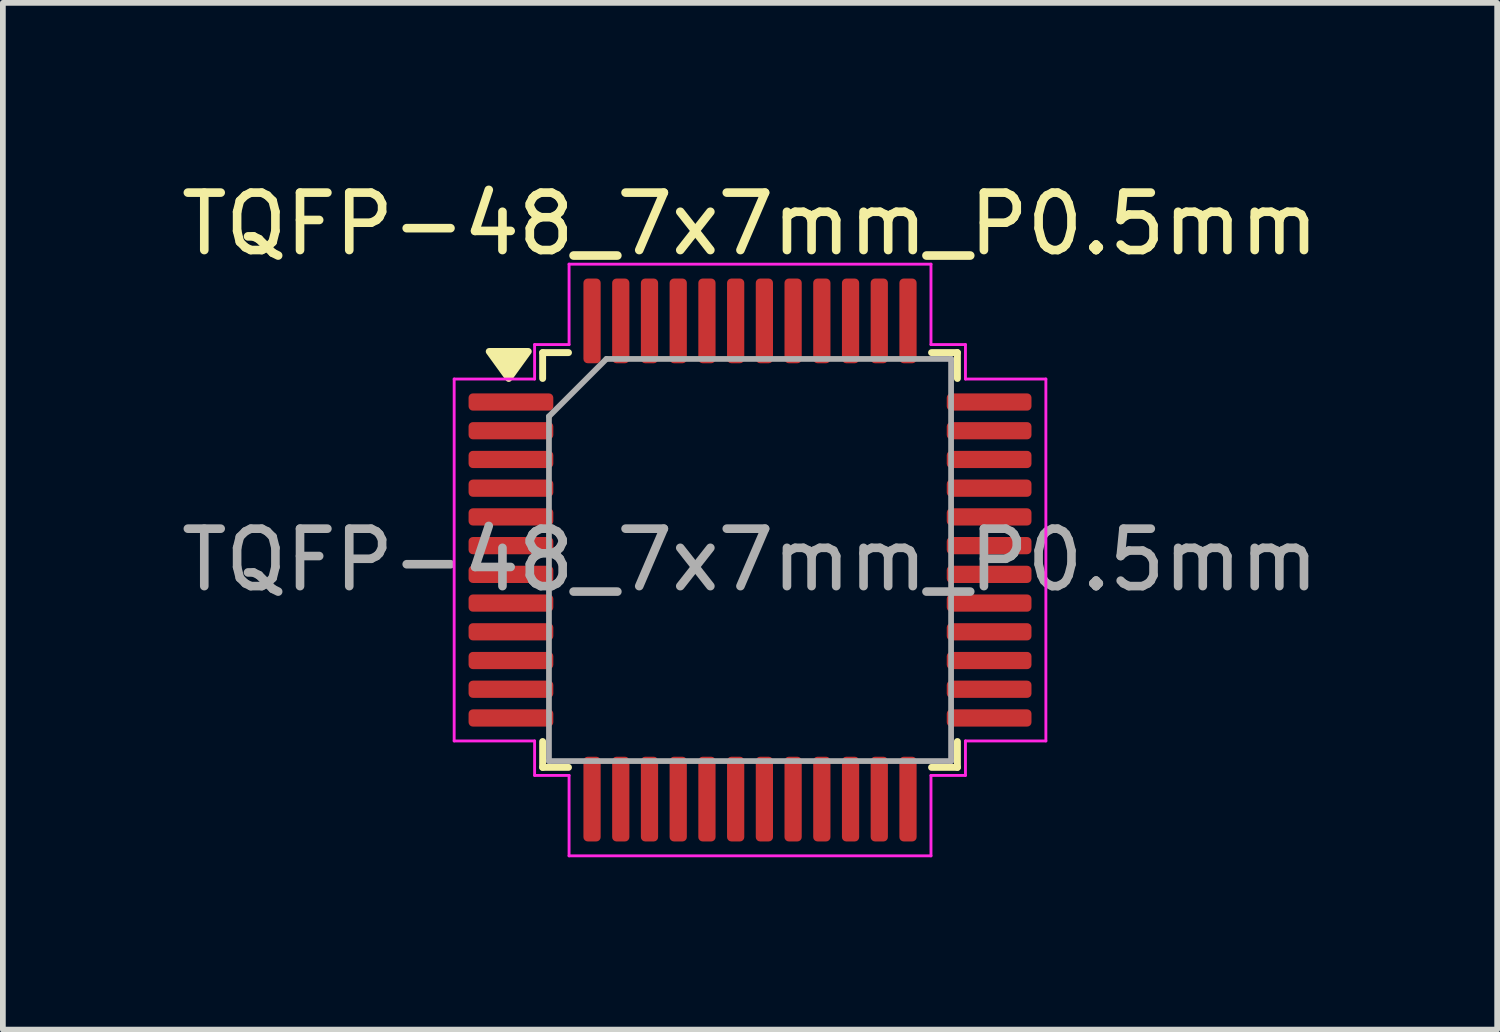
<source format=kicad_pcb>
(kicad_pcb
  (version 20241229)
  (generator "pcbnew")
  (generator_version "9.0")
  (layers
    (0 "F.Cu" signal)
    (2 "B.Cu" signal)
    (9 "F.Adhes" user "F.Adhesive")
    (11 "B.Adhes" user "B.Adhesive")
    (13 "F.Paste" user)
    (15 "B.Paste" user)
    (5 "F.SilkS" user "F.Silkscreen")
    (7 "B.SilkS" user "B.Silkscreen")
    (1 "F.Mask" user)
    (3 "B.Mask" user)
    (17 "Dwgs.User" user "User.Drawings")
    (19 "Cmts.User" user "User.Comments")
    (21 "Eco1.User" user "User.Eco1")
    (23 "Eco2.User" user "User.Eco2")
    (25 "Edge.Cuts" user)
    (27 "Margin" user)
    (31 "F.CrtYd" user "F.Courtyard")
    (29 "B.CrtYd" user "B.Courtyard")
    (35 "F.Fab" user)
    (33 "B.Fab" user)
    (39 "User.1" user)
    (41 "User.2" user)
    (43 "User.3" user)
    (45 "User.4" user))
  (footprint "TQFP-48_7x7mm_P0.5mm"
    (layer "F.Cu")
    (at 10.006 6.698)
    (property "Reference" "TQFP-48_7x7mm_P0.5mm" (at 0 -5.85 0) (layer "F.SilkS") (effects (font (size 1 1) (thickness 0.15))))
    (attr smd)
    (fp_line (start -3.61 -3.61) (end -3.61 -3.16) (stroke (width 0.12) (type solid)) (layer "F.SilkS"))
    (fp_line (start -3.61 3.61) (end -3.61 3.16) (stroke (width 0.12) (type solid)) (layer "F.SilkS"))
    (fp_line (start -3.16 -3.61) (end -3.61 -3.61) (stroke (width 0.12) (type solid)) (layer "F.SilkS"))
    (fp_line (start -3.16 3.61) (end -3.61 3.61) (stroke (width 0.12) (type solid)) (layer "F.SilkS"))
    (fp_line (start 3.16 -3.61) (end 3.61 -3.61) (stroke (width 0.12) (type solid)) (layer "F.SilkS"))
    (fp_line (start 3.16 3.61) (end 3.61 3.61) (stroke (width 0.12) (type solid)) (layer "F.SilkS"))
    (fp_line (start 3.61 -3.61) (end 3.61 -3.16) (stroke (width 0.12) (type solid)) (layer "F.SilkS"))
    (fp_line (start 3.61 3.61) (end 3.61 3.16) (stroke (width 0.12) (type solid)) (layer "F.SilkS"))
    (fp_poly (pts (xy -4.2 -3.16) (xy -4.54 -3.63) (xy -3.86 -3.63)) (stroke (width 0.12) (type solid)) (fill yes) (layer "F.SilkS"))
    (fp_line (start -5.15 -3.15) (end -3.75 -3.15) (stroke (width 0.05) (type solid)) (layer "F.CrtYd"))
    (fp_line (start -5.15 3.15) (end -5.15 -3.15) (stroke (width 0.05) (type solid)) (layer "F.CrtYd"))
    (fp_line (start -3.75 -3.75) (end -3.15 -3.75) (stroke (width 0.05) (type solid)) (layer "F.CrtYd"))
    (fp_line (start -3.75 -3.15) (end -3.75 -3.75) (stroke (width 0.05) (type solid)) (layer "F.CrtYd"))
    (fp_line (start -3.75 3.15) (end -5.15 3.15) (stroke (width 0.05) (type solid)) (layer "F.CrtYd"))
    (fp_line (start -3.75 3.75) (end -3.75 3.15) (stroke (width 0.05) (type solid)) (layer "F.CrtYd"))
    (fp_line (start -3.15 -5.15) (end 3.15 -5.15) (stroke (width 0.05) (type solid)) (layer "F.CrtYd"))
    (fp_line (start -3.15 -3.75) (end -3.15 -5.15) (stroke (width 0.05) (type solid)) (layer "F.CrtYd"))
    (fp_line (start -3.15 3.75) (end -3.75 3.75) (stroke (width 0.05) (type solid)) (layer "F.CrtYd"))
    (fp_line (start -3.15 5.15) (end -3.15 3.75) (stroke (width 0.05) (type solid)) (layer "F.CrtYd"))
    (fp_line (start 3.15 -5.15) (end 3.15 -3.75) (stroke (width 0.05) (type solid)) (layer "F.CrtYd"))
    (fp_line (start 3.15 -3.75) (end 3.75 -3.75) (stroke (width 0.05) (type solid)) (layer "F.CrtYd"))
    (fp_line (start 3.15 3.75) (end 3.15 5.15) (stroke (width 0.05) (type solid)) (layer "F.CrtYd"))
    (fp_line (start 3.15 5.15) (end -3.15 5.15) (stroke (width 0.05) (type solid)) (layer "F.CrtYd"))
    (fp_line (start 3.75 -3.75) (end 3.75 -3.15) (stroke (width 0.05) (type solid)) (layer "F.CrtYd"))
    (fp_line (start 3.75 -3.15) (end 5.15 -3.15) (stroke (width 0.05) (type solid)) (layer "F.CrtYd"))
    (fp_line (start 3.75 3.15) (end 3.75 3.75) (stroke (width 0.05) (type solid)) (layer "F.CrtYd"))
    (fp_line (start 3.75 3.75) (end 3.15 3.75) (stroke (width 0.05) (type solid)) (layer "F.CrtYd"))
    (fp_line (start 5.15 -3.15) (end 5.15 3.15) (stroke (width 0.05) (type solid)) (layer "F.CrtYd"))
    (fp_line (start 5.15 3.15) (end 3.75 3.15) (stroke (width 0.05) (type solid)) (layer "F.CrtYd"))
    (fp_line (start -3.5 -2.5) (end -2.5 -3.5) (stroke (width 0.1) (type solid)) (layer "F.Fab"))
    (fp_line (start -3.5 3.5) (end -3.5 -2.5) (stroke (width 0.1) (type solid)) (layer "F.Fab"))
    (fp_line (start -2.5 -3.5) (end 3.5 -3.5) (stroke (width 0.1) (type solid)) (layer "F.Fab"))
    (fp_line (start 3.5 -3.5) (end 3.5 3.5) (stroke (width 0.1) (type solid)) (layer "F.Fab"))
    (fp_line (start 3.5 3.5) (end -3.5 3.5) (stroke (width 0.1) (type solid)) (layer "F.Fab"))
    (fp_text user "${REFERENCE}" (at 0 0 0) (layer "F.Fab") (effects (font (size 1 1) (thickness 0.15))))
    (pad "1" smd roundrect (at -4.162 -2.75) (size 1.475 0.3) (layers "F.Cu" "F.Mask" "F.Paste") (roundrect_rratio 0.25))
    (pad "2" smd roundrect (at -4.162 -2.25) (size 1.475 0.3) (layers "F.Cu" "F.Mask" "F.Paste") (roundrect_rratio 0.25))
    (pad "3" smd roundrect (at -4.162 -1.75) (size 1.475 0.3) (layers "F.Cu" "F.Mask" "F.Paste") (roundrect_rratio 0.25))
    (pad "4" smd roundrect (at -4.162 -1.25) (size 1.475 0.3) (layers "F.Cu" "F.Mask" "F.Paste") (roundrect_rratio 0.25))
    (pad "5" smd roundrect (at -4.162 -0.75) (size 1.475 0.3) (layers "F.Cu" "F.Mask" "F.Paste") (roundrect_rratio 0.25))
    (pad "6" smd roundrect (at -4.162 -0.25) (size 1.475 0.3) (layers "F.Cu" "F.Mask" "F.Paste") (roundrect_rratio 0.25))
    (pad "7" smd roundrect (at -4.162 0.25) (size 1.475 0.3) (layers "F.Cu" "F.Mask" "F.Paste") (roundrect_rratio 0.25))
    (pad "8" smd roundrect (at -4.162 0.75) (size 1.475 0.3) (layers "F.Cu" "F.Mask" "F.Paste") (roundrect_rratio 0.25))
    (pad "9" smd roundrect (at -4.162 1.25) (size 1.475 0.3) (layers "F.Cu" "F.Mask" "F.Paste") (roundrect_rratio 0.25))
    (pad "10" smd roundrect (at -4.162 1.75) (size 1.475 0.3) (layers "F.Cu" "F.Mask" "F.Paste") (roundrect_rratio 0.25))
    (pad "11" smd roundrect (at -4.162 2.25) (size 1.475 0.3) (layers "F.Cu" "F.Mask" "F.Paste") (roundrect_rratio 0.25))
    (pad "12" smd roundrect (at -4.162 2.75) (size 1.475 0.3) (layers "F.Cu" "F.Mask" "F.Paste") (roundrect_rratio 0.25))
    (pad "13" smd roundrect (at -2.75 4.162) (size 0.3 1.475) (layers "F.Cu" "F.Mask" "F.Paste") (roundrect_rratio 0.25))
    (pad "14" smd roundrect (at -2.25 4.162) (size 0.3 1.475) (layers "F.Cu" "F.Mask" "F.Paste") (roundrect_rratio 0.25))
    (pad "15" smd roundrect (at -1.75 4.162) (size 0.3 1.475) (layers "F.Cu" "F.Mask" "F.Paste") (roundrect_rratio 0.25))
    (pad "16" smd roundrect (at -1.25 4.162) (size 0.3 1.475) (layers "F.Cu" "F.Mask" "F.Paste") (roundrect_rratio 0.25))
    (pad "17" smd roundrect (at -0.75 4.162) (size 0.3 1.475) (layers "F.Cu" "F.Mask" "F.Paste") (roundrect_rratio 0.25))
    (pad "18" smd roundrect (at -0.25 4.162) (size 0.3 1.475) (layers "F.Cu" "F.Mask" "F.Paste") (roundrect_rratio 0.25))
    (pad "19" smd roundrect (at 0.25 4.162) (size 0.3 1.475) (layers "F.Cu" "F.Mask" "F.Paste") (roundrect_rratio 0.25))
    (pad "20" smd roundrect (at 0.75 4.162) (size 0.3 1.475) (layers "F.Cu" "F.Mask" "F.Paste") (roundrect_rratio 0.25))
    (pad "21" smd roundrect (at 1.25 4.162) (size 0.3 1.475) (layers "F.Cu" "F.Mask" "F.Paste") (roundrect_rratio 0.25))
    (pad "22" smd roundrect (at 1.75 4.162) (size 0.3 1.475) (layers "F.Cu" "F.Mask" "F.Paste") (roundrect_rratio 0.25))
    (pad "23" smd roundrect (at 2.25 4.162) (size 0.3 1.475) (layers "F.Cu" "F.Mask" "F.Paste") (roundrect_rratio 0.25))
    (pad "24" smd roundrect (at 2.75 4.162) (size 0.3 1.475) (layers "F.Cu" "F.Mask" "F.Paste") (roundrect_rratio 0.25))
    (pad "25" smd roundrect (at 4.162 2.75) (size 1.475 0.3) (layers "F.Cu" "F.Mask" "F.Paste") (roundrect_rratio 0.25))
    (pad "26" smd roundrect (at 4.162 2.25) (size 1.475 0.3) (layers "F.Cu" "F.Mask" "F.Paste") (roundrect_rratio 0.25))
    (pad "27" smd roundrect (at 4.162 1.75) (size 1.475 0.3) (layers "F.Cu" "F.Mask" "F.Paste") (roundrect_rratio 0.25))
    (pad "28" smd roundrect (at 4.162 1.25) (size 1.475 0.3) (layers "F.Cu" "F.Mask" "F.Paste") (roundrect_rratio 0.25))
    (pad "29" smd roundrect (at 4.162 0.75) (size 1.475 0.3) (layers "F.Cu" "F.Mask" "F.Paste") (roundrect_rratio 0.25))
    (pad "30" smd roundrect (at 4.162 0.25) (size 1.475 0.3) (layers "F.Cu" "F.Mask" "F.Paste") (roundrect_rratio 0.25))
    (pad "31" smd roundrect (at 4.162 -0.25) (size 1.475 0.3) (layers "F.Cu" "F.Mask" "F.Paste") (roundrect_rratio 0.25))
    (pad "32" smd roundrect (at 4.162 -0.75) (size 1.475 0.3) (layers "F.Cu" "F.Mask" "F.Paste") (roundrect_rratio 0.25))
    (pad "33" smd roundrect (at 4.162 -1.25) (size 1.475 0.3) (layers "F.Cu" "F.Mask" "F.Paste") (roundrect_rratio 0.25))
    (pad "34" smd roundrect (at 4.162 -1.75) (size 1.475 0.3) (layers "F.Cu" "F.Mask" "F.Paste") (roundrect_rratio 0.25))
    (pad "35" smd roundrect (at 4.162 -2.25) (size 1.475 0.3) (layers "F.Cu" "F.Mask" "F.Paste") (roundrect_rratio 0.25))
    (pad "36" smd roundrect (at 4.162 -2.75) (size 1.475 0.3) (layers "F.Cu" "F.Mask" "F.Paste") (roundrect_rratio 0.25))
    (pad "37" smd roundrect (at 2.75 -4.162) (size 0.3 1.475) (layers "F.Cu" "F.Mask" "F.Paste") (roundrect_rratio 0.25))
    (pad "38" smd roundrect (at 2.25 -4.162) (size 0.3 1.475) (layers "F.Cu" "F.Mask" "F.Paste") (roundrect_rratio 0.25))
    (pad "39" smd roundrect (at 1.75 -4.162) (size 0.3 1.475) (layers "F.Cu" "F.Mask" "F.Paste") (roundrect_rratio 0.25))
    (pad "40" smd roundrect (at 1.25 -4.162) (size 0.3 1.475) (layers "F.Cu" "F.Mask" "F.Paste") (roundrect_rratio 0.25))
    (pad "41" smd roundrect (at 0.75 -4.162) (size 0.3 1.475) (layers "F.Cu" "F.Mask" "F.Paste") (roundrect_rratio 0.25))
    (pad "42" smd roundrect (at 0.25 -4.162) (size 0.3 1.475) (layers "F.Cu" "F.Mask" "F.Paste") (roundrect_rratio 0.25))
    (pad "43" smd roundrect (at -0.25 -4.162) (size 0.3 1.475) (layers "F.Cu" "F.Mask" "F.Paste") (roundrect_rratio 0.25))
    (pad "44" smd roundrect (at -0.75 -4.162) (size 0.3 1.475) (layers "F.Cu" "F.Mask" "F.Paste") (roundrect_rratio 0.25))
    (pad "45" smd roundrect (at -1.25 -4.162) (size 0.3 1.475) (layers "F.Cu" "F.Mask" "F.Paste") (roundrect_rratio 0.25))
    (pad "46" smd roundrect (at -1.75 -4.162) (size 0.3 1.475) (layers "F.Cu" "F.Mask" "F.Paste") (roundrect_rratio 0.25))
    (pad "47" smd roundrect (at -2.25 -4.162) (size 0.3 1.475) (layers "F.Cu" "F.Mask" "F.Paste") (roundrect_rratio 0.25))
    (pad "48" smd roundrect (at -2.75 -4.162) (size 0.3 1.475) (layers "F.Cu" "F.Mask" "F.Paste") (roundrect_rratio 0.25)))
  (gr_rect
    (start -3 -3)
    (end 23.012 14.873)
    (stroke (width 0.1) (type default))
    (fill no)
    (layer "Edge.Cuts")))
</source>
